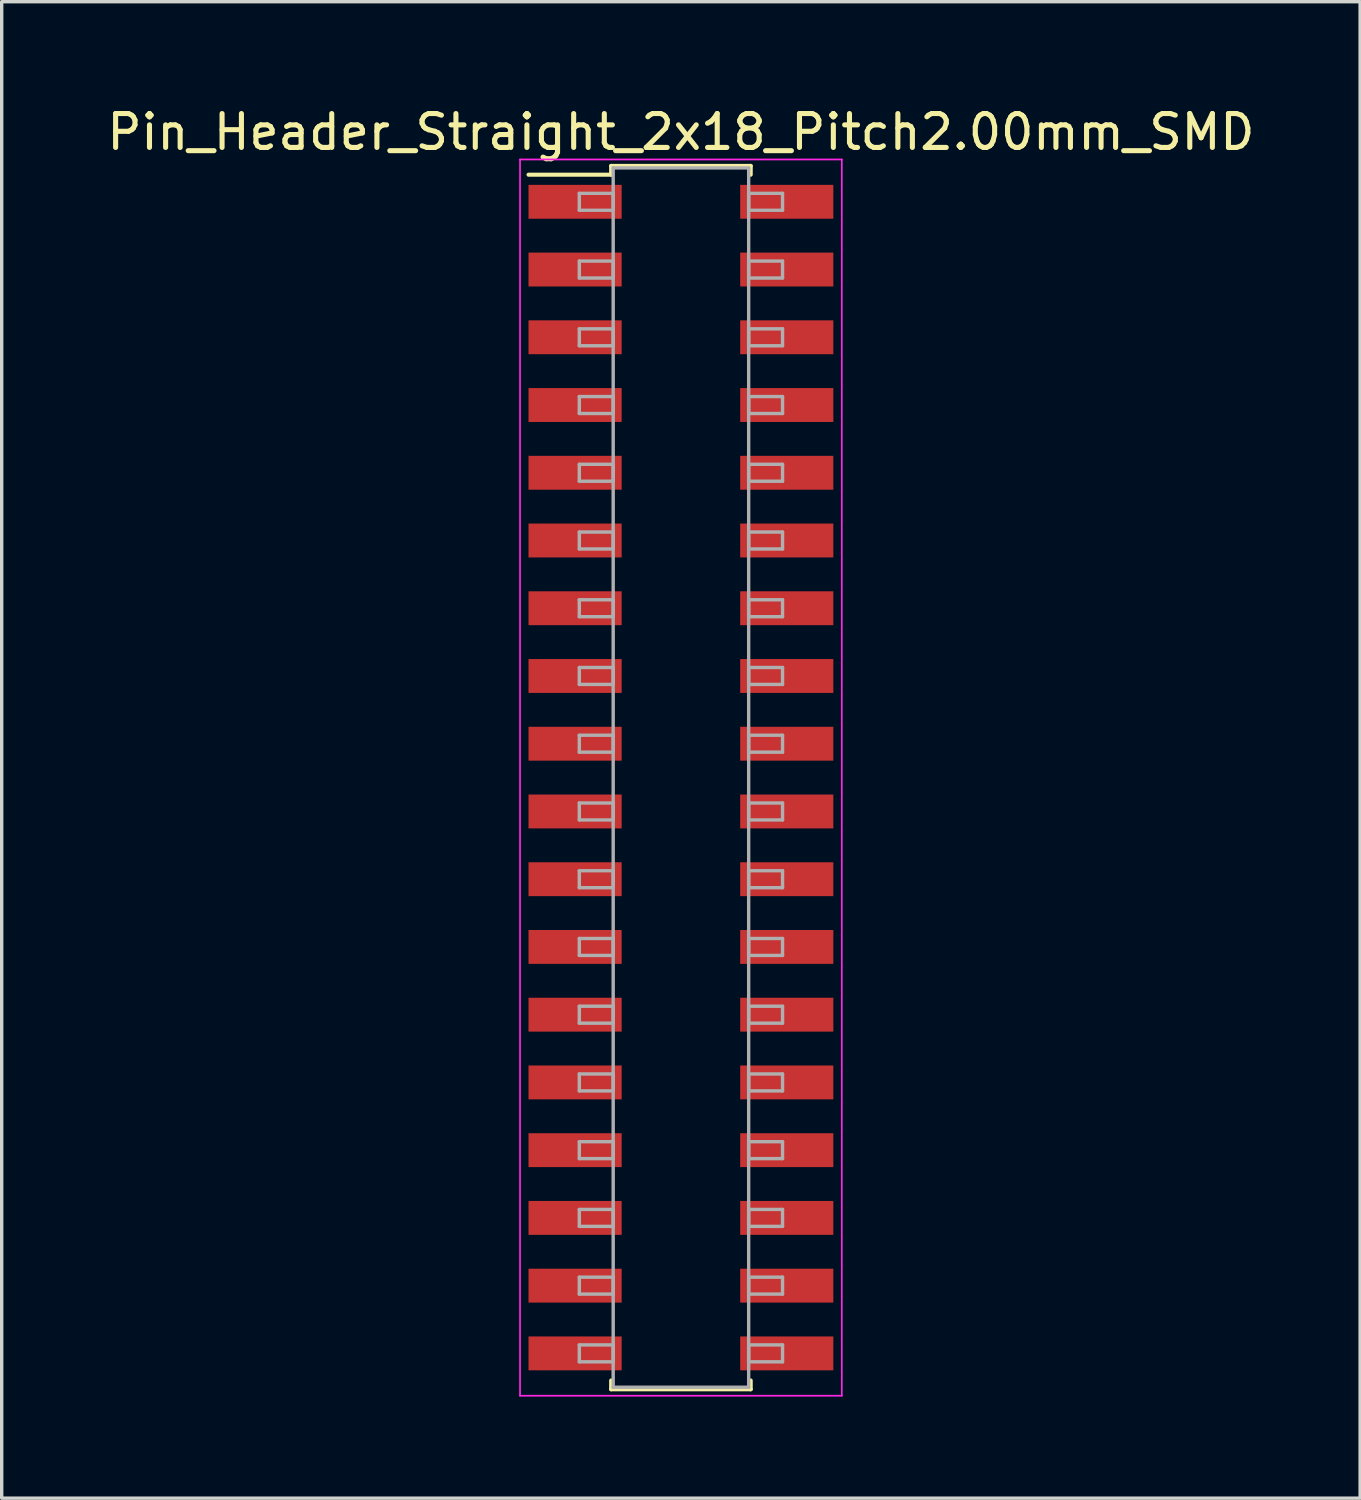
<source format=kicad_pcb>
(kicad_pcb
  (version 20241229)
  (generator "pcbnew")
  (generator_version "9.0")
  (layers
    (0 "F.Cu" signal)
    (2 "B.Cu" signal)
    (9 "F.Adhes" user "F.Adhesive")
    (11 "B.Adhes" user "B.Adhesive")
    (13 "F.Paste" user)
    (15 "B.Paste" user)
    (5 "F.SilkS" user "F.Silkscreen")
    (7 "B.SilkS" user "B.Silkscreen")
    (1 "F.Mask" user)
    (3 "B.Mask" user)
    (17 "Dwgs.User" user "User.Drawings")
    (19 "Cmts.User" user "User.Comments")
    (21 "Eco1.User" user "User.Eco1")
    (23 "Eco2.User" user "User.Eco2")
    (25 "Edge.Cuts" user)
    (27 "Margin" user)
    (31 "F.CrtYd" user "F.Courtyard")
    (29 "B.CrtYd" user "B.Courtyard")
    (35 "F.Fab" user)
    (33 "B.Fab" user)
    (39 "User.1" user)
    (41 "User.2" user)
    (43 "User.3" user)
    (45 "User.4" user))
  (footprint "Pin_Header_Straight_2x18_Pitch2.00mm_SMD"
    (layer "F.Cu")
    (at 17.054 19.908)
    (property "Reference" "Pin_Header_Straight_2x18_Pitch2.00mm_SMD" (at 0 -19.06 0) (layer "F.SilkS") (effects (font (size 1 1) (thickness 0.15))))
    (attr smd)
    (fp_line (start -4.5 -17.8) (end -2.06 -17.8) (stroke (width 0.12) (type solid)) (layer "F.SilkS"))
    (fp_line (start -2.06 -18.06) (end 2.06 -18.06) (stroke (width 0.12) (type solid)) (layer "F.SilkS"))
    (fp_line (start -2.06 -17.8) (end -2.06 -18.06) (stroke (width 0.12) (type solid)) (layer "F.SilkS"))
    (fp_line (start -2.06 17.8) (end -2.06 18.06) (stroke (width 0.12) (type solid)) (layer "F.SilkS"))
    (fp_line (start -2.06 18.06) (end 2.06 18.06) (stroke (width 0.12) (type solid)) (layer "F.SilkS"))
    (fp_line (start 2.06 -18.06) (end 2.06 -17.8) (stroke (width 0.12) (type solid)) (layer "F.SilkS"))
    (fp_line (start 2.06 18.06) (end 2.06 17.8) (stroke (width 0.12) (type solid)) (layer "F.SilkS"))
    (fp_line (start -4.75 -18.25) (end -4.75 18.25) (stroke (width 0.05) (type solid)) (layer "F.CrtYd"))
    (fp_line (start -4.75 18.25) (end 4.75 18.25) (stroke (width 0.05) (type solid)) (layer "F.CrtYd"))
    (fp_line (start 4.75 -18.25) (end -4.75 -18.25) (stroke (width 0.05) (type solid)) (layer "F.CrtYd"))
    (fp_line (start 4.75 18.25) (end 4.75 -18.25) (stroke (width 0.05) (type solid)) (layer "F.CrtYd"))
    (fp_line (start -3 -17.25) (end -2 -17.25) (stroke (width 0.1) (type solid)) (layer "F.Fab"))
    (fp_line (start -3 -16.75) (end -3 -17.25) (stroke (width 0.1) (type solid)) (layer "F.Fab"))
    (fp_line (start -3 -15.25) (end -2 -15.25) (stroke (width 0.1) (type solid)) (layer "F.Fab"))
    (fp_line (start -3 -14.75) (end -3 -15.25) (stroke (width 0.1) (type solid)) (layer "F.Fab"))
    (fp_line (start -3 -13.25) (end -2 -13.25) (stroke (width 0.1) (type solid)) (layer "F.Fab"))
    (fp_line (start -3 -12.75) (end -3 -13.25) (stroke (width 0.1) (type solid)) (layer "F.Fab"))
    (fp_line (start -3 -11.25) (end -2 -11.25) (stroke (width 0.1) (type solid)) (layer "F.Fab"))
    (fp_line (start -3 -10.75) (end -3 -11.25) (stroke (width 0.1) (type solid)) (layer "F.Fab"))
    (fp_line (start -3 -9.25) (end -2 -9.25) (stroke (width 0.1) (type solid)) (layer "F.Fab"))
    (fp_line (start -3 -8.75) (end -3 -9.25) (stroke (width 0.1) (type solid)) (layer "F.Fab"))
    (fp_line (start -3 -7.25) (end -2 -7.25) (stroke (width 0.1) (type solid)) (layer "F.Fab"))
    (fp_line (start -3 -6.75) (end -3 -7.25) (stroke (width 0.1) (type solid)) (layer "F.Fab"))
    (fp_line (start -3 -5.25) (end -2 -5.25) (stroke (width 0.1) (type solid)) (layer "F.Fab"))
    (fp_line (start -3 -4.75) (end -3 -5.25) (stroke (width 0.1) (type solid)) (layer "F.Fab"))
    (fp_line (start -3 -3.25) (end -2 -3.25) (stroke (width 0.1) (type solid)) (layer "F.Fab"))
    (fp_line (start -3 -2.75) (end -3 -3.25) (stroke (width 0.1) (type solid)) (layer "F.Fab"))
    (fp_line (start -3 -1.25) (end -2 -1.25) (stroke (width 0.1) (type solid)) (layer "F.Fab"))
    (fp_line (start -3 -0.75) (end -3 -1.25) (stroke (width 0.1) (type solid)) (layer "F.Fab"))
    (fp_line (start -3 0.75) (end -2 0.75) (stroke (width 0.1) (type solid)) (layer "F.Fab"))
    (fp_line (start -3 1.25) (end -3 0.75) (stroke (width 0.1) (type solid)) (layer "F.Fab"))
    (fp_line (start -3 2.75) (end -2 2.75) (stroke (width 0.1) (type solid)) (layer "F.Fab"))
    (fp_line (start -3 3.25) (end -3 2.75) (stroke (width 0.1) (type solid)) (layer "F.Fab"))
    (fp_line (start -3 4.75) (end -2 4.75) (stroke (width 0.1) (type solid)) (layer "F.Fab"))
    (fp_line (start -3 5.25) (end -3 4.75) (stroke (width 0.1) (type solid)) (layer "F.Fab"))
    (fp_line (start -3 6.75) (end -2 6.75) (stroke (width 0.1) (type solid)) (layer "F.Fab"))
    (fp_line (start -3 7.25) (end -3 6.75) (stroke (width 0.1) (type solid)) (layer "F.Fab"))
    (fp_line (start -3 8.75) (end -2 8.75) (stroke (width 0.1) (type solid)) (layer "F.Fab"))
    (fp_line (start -3 9.25) (end -3 8.75) (stroke (width 0.1) (type solid)) (layer "F.Fab"))
    (fp_line (start -3 10.75) (end -2 10.75) (stroke (width 0.1) (type solid)) (layer "F.Fab"))
    (fp_line (start -3 11.25) (end -3 10.75) (stroke (width 0.1) (type solid)) (layer "F.Fab"))
    (fp_line (start -3 12.75) (end -2 12.75) (stroke (width 0.1) (type solid)) (layer "F.Fab"))
    (fp_line (start -3 13.25) (end -3 12.75) (stroke (width 0.1) (type solid)) (layer "F.Fab"))
    (fp_line (start -3 14.75) (end -2 14.75) (stroke (width 0.1) (type solid)) (layer "F.Fab"))
    (fp_line (start -3 15.25) (end -3 14.75) (stroke (width 0.1) (type solid)) (layer "F.Fab"))
    (fp_line (start -3 16.75) (end -2 16.75) (stroke (width 0.1) (type solid)) (layer "F.Fab"))
    (fp_line (start -3 17.25) (end -3 16.75) (stroke (width 0.1) (type solid)) (layer "F.Fab"))
    (fp_line (start -2 -18) (end -2 18) (stroke (width 0.1) (type solid)) (layer "F.Fab"))
    (fp_line (start -2 -17.25) (end -2 -16.75) (stroke (width 0.1) (type solid)) (layer "F.Fab"))
    (fp_line (start -2 -16.75) (end -3 -16.75) (stroke (width 0.1) (type solid)) (layer "F.Fab"))
    (fp_line (start -2 -15.25) (end -2 -14.75) (stroke (width 0.1) (type solid)) (layer "F.Fab"))
    (fp_line (start -2 -14.75) (end -3 -14.75) (stroke (width 0.1) (type solid)) (layer "F.Fab"))
    (fp_line (start -2 -13.25) (end -2 -12.75) (stroke (width 0.1) (type solid)) (layer "F.Fab"))
    (fp_line (start -2 -12.75) (end -3 -12.75) (stroke (width 0.1) (type solid)) (layer "F.Fab"))
    (fp_line (start -2 -11.25) (end -2 -10.75) (stroke (width 0.1) (type solid)) (layer "F.Fab"))
    (fp_line (start -2 -10.75) (end -3 -10.75) (stroke (width 0.1) (type solid)) (layer "F.Fab"))
    (fp_line (start -2 -9.25) (end -2 -8.75) (stroke (width 0.1) (type solid)) (layer "F.Fab"))
    (fp_line (start -2 -8.75) (end -3 -8.75) (stroke (width 0.1) (type solid)) (layer "F.Fab"))
    (fp_line (start -2 -7.25) (end -2 -6.75) (stroke (width 0.1) (type solid)) (layer "F.Fab"))
    (fp_line (start -2 -6.75) (end -3 -6.75) (stroke (width 0.1) (type solid)) (layer "F.Fab"))
    (fp_line (start -2 -5.25) (end -2 -4.75) (stroke (width 0.1) (type solid)) (layer "F.Fab"))
    (fp_line (start -2 -4.75) (end -3 -4.75) (stroke (width 0.1) (type solid)) (layer "F.Fab"))
    (fp_line (start -2 -3.25) (end -2 -2.75) (stroke (width 0.1) (type solid)) (layer "F.Fab"))
    (fp_line (start -2 -2.75) (end -3 -2.75) (stroke (width 0.1) (type solid)) (layer "F.Fab"))
    (fp_line (start -2 -1.25) (end -2 -0.75) (stroke (width 0.1) (type solid)) (layer "F.Fab"))
    (fp_line (start -2 -0.75) (end -3 -0.75) (stroke (width 0.1) (type solid)) (layer "F.Fab"))
    (fp_line (start -2 0.75) (end -2 1.25) (stroke (width 0.1) (type solid)) (layer "F.Fab"))
    (fp_line (start -2 1.25) (end -3 1.25) (stroke (width 0.1) (type solid)) (layer "F.Fab"))
    (fp_line (start -2 2.75) (end -2 3.25) (stroke (width 0.1) (type solid)) (layer "F.Fab"))
    (fp_line (start -2 3.25) (end -3 3.25) (stroke (width 0.1) (type solid)) (layer "F.Fab"))
    (fp_line (start -2 4.75) (end -2 5.25) (stroke (width 0.1) (type solid)) (layer "F.Fab"))
    (fp_line (start -2 5.25) (end -3 5.25) (stroke (width 0.1) (type solid)) (layer "F.Fab"))
    (fp_line (start -2 6.75) (end -2 7.25) (stroke (width 0.1) (type solid)) (layer "F.Fab"))
    (fp_line (start -2 7.25) (end -3 7.25) (stroke (width 0.1) (type solid)) (layer "F.Fab"))
    (fp_line (start -2 8.75) (end -2 9.25) (stroke (width 0.1) (type solid)) (layer "F.Fab"))
    (fp_line (start -2 9.25) (end -3 9.25) (stroke (width 0.1) (type solid)) (layer "F.Fab"))
    (fp_line (start -2 10.75) (end -2 11.25) (stroke (width 0.1) (type solid)) (layer "F.Fab"))
    (fp_line (start -2 11.25) (end -3 11.25) (stroke (width 0.1) (type solid)) (layer "F.Fab"))
    (fp_line (start -2 12.75) (end -2 13.25) (stroke (width 0.1) (type solid)) (layer "F.Fab"))
    (fp_line (start -2 13.25) (end -3 13.25) (stroke (width 0.1) (type solid)) (layer "F.Fab"))
    (fp_line (start -2 14.75) (end -2 15.25) (stroke (width 0.1) (type solid)) (layer "F.Fab"))
    (fp_line (start -2 15.25) (end -3 15.25) (stroke (width 0.1) (type solid)) (layer "F.Fab"))
    (fp_line (start -2 16.75) (end -2 17.25) (stroke (width 0.1) (type solid)) (layer "F.Fab"))
    (fp_line (start -2 17.25) (end -3 17.25) (stroke (width 0.1) (type solid)) (layer "F.Fab"))
    (fp_line (start -2 18) (end 2 18) (stroke (width 0.1) (type solid)) (layer "F.Fab"))
    (fp_line (start 2 -18) (end -2 -18) (stroke (width 0.1) (type solid)) (layer "F.Fab"))
    (fp_line (start 2 -17.25) (end 2 -16.75) (stroke (width 0.1) (type solid)) (layer "F.Fab"))
    (fp_line (start 2 -16.75) (end 3 -16.75) (stroke (width 0.1) (type solid)) (layer "F.Fab"))
    (fp_line (start 2 -15.25) (end 2 -14.75) (stroke (width 0.1) (type solid)) (layer "F.Fab"))
    (fp_line (start 2 -14.75) (end 3 -14.75) (stroke (width 0.1) (type solid)) (layer "F.Fab"))
    (fp_line (start 2 -13.25) (end 2 -12.75) (stroke (width 0.1) (type solid)) (layer "F.Fab"))
    (fp_line (start 2 -12.75) (end 3 -12.75) (stroke (width 0.1) (type solid)) (layer "F.Fab"))
    (fp_line (start 2 -11.25) (end 2 -10.75) (stroke (width 0.1) (type solid)) (layer "F.Fab"))
    (fp_line (start 2 -10.75) (end 3 -10.75) (stroke (width 0.1) (type solid)) (layer "F.Fab"))
    (fp_line (start 2 -9.25) (end 2 -8.75) (stroke (width 0.1) (type solid)) (layer "F.Fab"))
    (fp_line (start 2 -8.75) (end 3 -8.75) (stroke (width 0.1) (type solid)) (layer "F.Fab"))
    (fp_line (start 2 -7.25) (end 2 -6.75) (stroke (width 0.1) (type solid)) (layer "F.Fab"))
    (fp_line (start 2 -6.75) (end 3 -6.75) (stroke (width 0.1) (type solid)) (layer "F.Fab"))
    (fp_line (start 2 -5.25) (end 2 -4.75) (stroke (width 0.1) (type solid)) (layer "F.Fab"))
    (fp_line (start 2 -4.75) (end 3 -4.75) (stroke (width 0.1) (type solid)) (layer "F.Fab"))
    (fp_line (start 2 -3.25) (end 2 -2.75) (stroke (width 0.1) (type solid)) (layer "F.Fab"))
    (fp_line (start 2 -2.75) (end 3 -2.75) (stroke (width 0.1) (type solid)) (layer "F.Fab"))
    (fp_line (start 2 -1.25) (end 2 -0.75) (stroke (width 0.1) (type solid)) (layer "F.Fab"))
    (fp_line (start 2 -0.75) (end 3 -0.75) (stroke (width 0.1) (type solid)) (layer "F.Fab"))
    (fp_line (start 2 0.75) (end 2 1.25) (stroke (width 0.1) (type solid)) (layer "F.Fab"))
    (fp_line (start 2 1.25) (end 3 1.25) (stroke (width 0.1) (type solid)) (layer "F.Fab"))
    (fp_line (start 2 2.75) (end 2 3.25) (stroke (width 0.1) (type solid)) (layer "F.Fab"))
    (fp_line (start 2 3.25) (end 3 3.25) (stroke (width 0.1) (type solid)) (layer "F.Fab"))
    (fp_line (start 2 4.75) (end 2 5.25) (stroke (width 0.1) (type solid)) (layer "F.Fab"))
    (fp_line (start 2 5.25) (end 3 5.25) (stroke (width 0.1) (type solid)) (layer "F.Fab"))
    (fp_line (start 2 6.75) (end 2 7.25) (stroke (width 0.1) (type solid)) (layer "F.Fab"))
    (fp_line (start 2 7.25) (end 3 7.25) (stroke (width 0.1) (type solid)) (layer "F.Fab"))
    (fp_line (start 2 8.75) (end 2 9.25) (stroke (width 0.1) (type solid)) (layer "F.Fab"))
    (fp_line (start 2 9.25) (end 3 9.25) (stroke (width 0.1) (type solid)) (layer "F.Fab"))
    (fp_line (start 2 10.75) (end 2 11.25) (stroke (width 0.1) (type solid)) (layer "F.Fab"))
    (fp_line (start 2 11.25) (end 3 11.25) (stroke (width 0.1) (type solid)) (layer "F.Fab"))
    (fp_line (start 2 12.75) (end 2 13.25) (stroke (width 0.1) (type solid)) (layer "F.Fab"))
    (fp_line (start 2 13.25) (end 3 13.25) (stroke (width 0.1) (type solid)) (layer "F.Fab"))
    (fp_line (start 2 14.75) (end 2 15.25) (stroke (width 0.1) (type solid)) (layer "F.Fab"))
    (fp_line (start 2 15.25) (end 3 15.25) (stroke (width 0.1) (type solid)) (layer "F.Fab"))
    (fp_line (start 2 16.75) (end 2 17.25) (stroke (width 0.1) (type solid)) (layer "F.Fab"))
    (fp_line (start 2 17.25) (end 3 17.25) (stroke (width 0.1) (type solid)) (layer "F.Fab"))
    (fp_line (start 2 18) (end 2 -18) (stroke (width 0.1) (type solid)) (layer "F.Fab"))
    (fp_line (start 3 -17.25) (end 2 -17.25) (stroke (width 0.1) (type solid)) (layer "F.Fab"))
    (fp_line (start 3 -16.75) (end 3 -17.25) (stroke (width 0.1) (type solid)) (layer "F.Fab"))
    (fp_line (start 3 -15.25) (end 2 -15.25) (stroke (width 0.1) (type solid)) (layer "F.Fab"))
    (fp_line (start 3 -14.75) (end 3 -15.25) (stroke (width 0.1) (type solid)) (layer "F.Fab"))
    (fp_line (start 3 -13.25) (end 2 -13.25) (stroke (width 0.1) (type solid)) (layer "F.Fab"))
    (fp_line (start 3 -12.75) (end 3 -13.25) (stroke (width 0.1) (type solid)) (layer "F.Fab"))
    (fp_line (start 3 -11.25) (end 2 -11.25) (stroke (width 0.1) (type solid)) (layer "F.Fab"))
    (fp_line (start 3 -10.75) (end 3 -11.25) (stroke (width 0.1) (type solid)) (layer "F.Fab"))
    (fp_line (start 3 -9.25) (end 2 -9.25) (stroke (width 0.1) (type solid)) (layer "F.Fab"))
    (fp_line (start 3 -8.75) (end 3 -9.25) (stroke (width 0.1) (type solid)) (layer "F.Fab"))
    (fp_line (start 3 -7.25) (end 2 -7.25) (stroke (width 0.1) (type solid)) (layer "F.Fab"))
    (fp_line (start 3 -6.75) (end 3 -7.25) (stroke (width 0.1) (type solid)) (layer "F.Fab"))
    (fp_line (start 3 -5.25) (end 2 -5.25) (stroke (width 0.1) (type solid)) (layer "F.Fab"))
    (fp_line (start 3 -4.75) (end 3 -5.25) (stroke (width 0.1) (type solid)) (layer "F.Fab"))
    (fp_line (start 3 -3.25) (end 2 -3.25) (stroke (width 0.1) (type solid)) (layer "F.Fab"))
    (fp_line (start 3 -2.75) (end 3 -3.25) (stroke (width 0.1) (type solid)) (layer "F.Fab"))
    (fp_line (start 3 -1.25) (end 2 -1.25) (stroke (width 0.1) (type solid)) (layer "F.Fab"))
    (fp_line (start 3 -0.75) (end 3 -1.25) (stroke (width 0.1) (type solid)) (layer "F.Fab"))
    (fp_line (start 3 0.75) (end 2 0.75) (stroke (width 0.1) (type solid)) (layer "F.Fab"))
    (fp_line (start 3 1.25) (end 3 0.75) (stroke (width 0.1) (type solid)) (layer "F.Fab"))
    (fp_line (start 3 2.75) (end 2 2.75) (stroke (width 0.1) (type solid)) (layer "F.Fab"))
    (fp_line (start 3 3.25) (end 3 2.75) (stroke (width 0.1) (type solid)) (layer "F.Fab"))
    (fp_line (start 3 4.75) (end 2 4.75) (stroke (width 0.1) (type solid)) (layer "F.Fab"))
    (fp_line (start 3 5.25) (end 3 4.75) (stroke (width 0.1) (type solid)) (layer "F.Fab"))
    (fp_line (start 3 6.75) (end 2 6.75) (stroke (width 0.1) (type solid)) (layer "F.Fab"))
    (fp_line (start 3 7.25) (end 3 6.75) (stroke (width 0.1) (type solid)) (layer "F.Fab"))
    (fp_line (start 3 8.75) (end 2 8.75) (stroke (width 0.1) (type solid)) (layer "F.Fab"))
    (fp_line (start 3 9.25) (end 3 8.75) (stroke (width 0.1) (type solid)) (layer "F.Fab"))
    (fp_line (start 3 10.75) (end 2 10.75) (stroke (width 0.1) (type solid)) (layer "F.Fab"))
    (fp_line (start 3 11.25) (end 3 10.75) (stroke (width 0.1) (type solid)) (layer "F.Fab"))
    (fp_line (start 3 12.75) (end 2 12.75) (stroke (width 0.1) (type solid)) (layer "F.Fab"))
    (fp_line (start 3 13.25) (end 3 12.75) (stroke (width 0.1) (type solid)) (layer "F.Fab"))
    (fp_line (start 3 14.75) (end 2 14.75) (stroke (width 0.1) (type solid)) (layer "F.Fab"))
    (fp_line (start 3 15.25) (end 3 14.75) (stroke (width 0.1) (type solid)) (layer "F.Fab"))
    (fp_line (start 3 16.75) (end 2 16.75) (stroke (width 0.1) (type solid)) (layer "F.Fab"))
    (fp_line (start 3 17.25) (end 3 16.75) (stroke (width 0.1) (type solid)) (layer "F.Fab"))
    (pad "1" smd rect (at -3.125 -17) (size 2.75 1) (layers "F.Cu" "F.Mask"))
    (pad "2" smd rect (at 3.125 -17) (size 2.75 1) (layers "F.Cu" "F.Mask"))
    (pad "3" smd rect (at -3.125 -15) (size 2.75 1) (layers "F.Cu" "F.Mask"))
    (pad "4" smd rect (at 3.125 -15) (size 2.75 1) (layers "F.Cu" "F.Mask"))
    (pad "5" smd rect (at -3.125 -13) (size 2.75 1) (layers "F.Cu" "F.Mask"))
    (pad "6" smd rect (at 3.125 -13) (size 2.75 1) (layers "F.Cu" "F.Mask"))
    (pad "7" smd rect (at -3.125 -11) (size 2.75 1) (layers "F.Cu" "F.Mask"))
    (pad "8" smd rect (at 3.125 -11) (size 2.75 1) (layers "F.Cu" "F.Mask"))
    (pad "9" smd rect (at -3.125 -9) (size 2.75 1) (layers "F.Cu" "F.Mask"))
    (pad "10" smd rect (at 3.125 -9) (size 2.75 1) (layers "F.Cu" "F.Mask"))
    (pad "11" smd rect (at -3.125 -7) (size 2.75 1) (layers "F.Cu" "F.Mask"))
    (pad "12" smd rect (at 3.125 -7) (size 2.75 1) (layers "F.Cu" "F.Mask"))
    (pad "13" smd rect (at -3.125 -5) (size 2.75 1) (layers "F.Cu" "F.Mask"))
    (pad "14" smd rect (at 3.125 -5) (size 2.75 1) (layers "F.Cu" "F.Mask"))
    (pad "15" smd rect (at -3.125 -3) (size 2.75 1) (layers "F.Cu" "F.Mask"))
    (pad "16" smd rect (at 3.125 -3) (size 2.75 1) (layers "F.Cu" "F.Mask"))
    (pad "17" smd rect (at -3.125 -1) (size 2.75 1) (layers "F.Cu" "F.Mask"))
    (pad "18" smd rect (at 3.125 -1) (size 2.75 1) (layers "F.Cu" "F.Mask"))
    (pad "19" smd rect (at -3.125 1) (size 2.75 1) (layers "F.Cu" "F.Mask"))
    (pad "20" smd rect (at 3.125 1) (size 2.75 1) (layers "F.Cu" "F.Mask"))
    (pad "21" smd rect (at -3.125 3) (size 2.75 1) (layers "F.Cu" "F.Mask"))
    (pad "22" smd rect (at 3.125 3) (size 2.75 1) (layers "F.Cu" "F.Mask"))
    (pad "23" smd rect (at -3.125 5) (size 2.75 1) (layers "F.Cu" "F.Mask"))
    (pad "24" smd rect (at 3.125 5) (size 2.75 1) (layers "F.Cu" "F.Mask"))
    (pad "25" smd rect (at -3.125 7) (size 2.75 1) (layers "F.Cu" "F.Mask"))
    (pad "26" smd rect (at 3.125 7) (size 2.75 1) (layers "F.Cu" "F.Mask"))
    (pad "27" smd rect (at -3.125 9) (size 2.75 1) (layers "F.Cu" "F.Mask"))
    (pad "28" smd rect (at 3.125 9) (size 2.75 1) (layers "F.Cu" "F.Mask"))
    (pad "29" smd rect (at -3.125 11) (size 2.75 1) (layers "F.Cu" "F.Mask"))
    (pad "30" smd rect (at 3.125 11) (size 2.75 1) (layers "F.Cu" "F.Mask"))
    (pad "31" smd rect (at -3.125 13) (size 2.75 1) (layers "F.Cu" "F.Mask"))
    (pad "32" smd rect (at 3.125 13) (size 2.75 1) (layers "F.Cu" "F.Mask"))
    (pad "33" smd rect (at -3.125 15) (size 2.75 1) (layers "F.Cu" "F.Mask"))
    (pad "34" smd rect (at 3.125 15) (size 2.75 1) (layers "F.Cu" "F.Mask"))
    (pad "35" smd rect (at -3.125 17) (size 2.75 1) (layers "F.Cu" "F.Mask"))
    (pad "36" smd rect (at 3.125 17) (size 2.75 1) (layers "F.Cu" "F.Mask")))
  (gr_rect
    (start -3 -3)
    (end 37.107 41.183)
    (stroke (width 0.1) (type default))
    (fill no)
    (layer "Edge.Cuts")))
</source>
